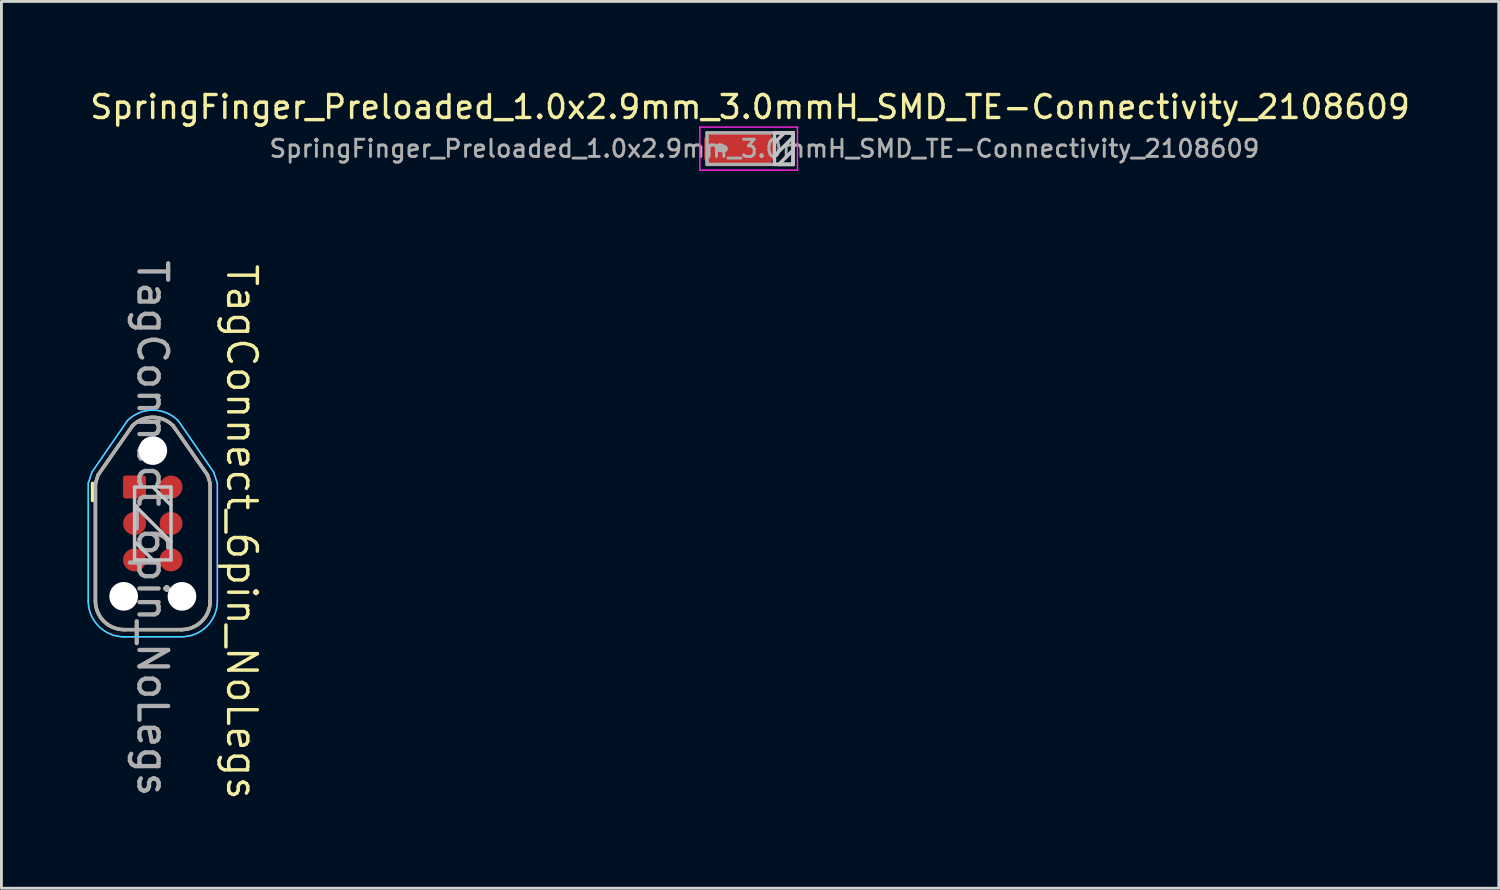
<source format=kicad_pcb>
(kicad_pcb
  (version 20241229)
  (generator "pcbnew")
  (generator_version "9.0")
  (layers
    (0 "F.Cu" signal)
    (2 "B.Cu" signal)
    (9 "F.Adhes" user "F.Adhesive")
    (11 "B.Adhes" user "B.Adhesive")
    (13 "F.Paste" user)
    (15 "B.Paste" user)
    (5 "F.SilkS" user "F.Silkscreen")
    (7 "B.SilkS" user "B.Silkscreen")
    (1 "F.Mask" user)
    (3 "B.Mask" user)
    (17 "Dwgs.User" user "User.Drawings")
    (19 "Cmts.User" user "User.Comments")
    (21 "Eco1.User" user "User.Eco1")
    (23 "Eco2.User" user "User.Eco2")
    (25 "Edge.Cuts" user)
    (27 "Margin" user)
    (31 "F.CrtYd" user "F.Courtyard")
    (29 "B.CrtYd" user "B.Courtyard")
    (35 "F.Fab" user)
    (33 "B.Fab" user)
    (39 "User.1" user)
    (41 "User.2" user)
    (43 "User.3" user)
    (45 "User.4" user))
  (footprint "TagConnect_6pin_NoLegs"
    (layer "F.Cu")
    (at 2.275 15.192)
    (property "Reference" "TagConnect_6pin_NoLegs" (at 3.1 0.3 270) (unlocked yes) (layer "F.SilkS") (effects (font (size 1 1) (thickness 0.12))))
    (attr exclude_from_pos_files exclude_from_bom)
    (fp_line (start -2.1 -1.4) (end -2.1 -0.8) (stroke (width 0.12) (type solid)) (layer "F.SilkS"))
    (fp_line (start -2 2.7) (end -2 -1.374) (stroke (width 0.12) (type solid)) (layer "F.SilkS"))
    (fp_line (start -0.707 -3.407) (end -1.9 -1.7) (stroke (width 0.12) (type solid)) (layer "F.SilkS"))
    (fp_line (start 0.707 -3.407) (end 1.9 -1.7) (stroke (width 0.12) (type solid)) (layer "F.SilkS"))
    (fp_line (start 1 3.7) (end -1 3.7) (stroke (width 0.12) (type solid)) (layer "F.SilkS"))
    (fp_line (start 2 2.7) (end 2 -1.374) (stroke (width 0.12) (type solid)) (layer "F.SilkS"))
    (fp_arc (start -1.992847 -1.39839) (mid -1.952256 -1.55099) (end -1.899999 -1.699999) (stroke (width 0.12) (type solid)) (layer "F.SilkS"))
    (fp_arc (start -1 3.7) (mid -1.707107 3.407107) (end -2 2.7) (stroke (width 0.12) (type solid)) (layer "F.SilkS"))
    (fp_arc (start -0.707107 -3.407107) (mid 0 -3.7) (end 0.707107 -3.407107) (stroke (width 0.12) (type solid)) (layer "F.SilkS"))
    (fp_arc (start 1.901579 -1.700622) (mid 1.957629 -1.539172) (end 1.999999 -1.373605) (stroke (width 0.12) (type solid)) (layer "F.SilkS"))
    (fp_arc (start 2 2.7) (mid 1.707107 3.407107) (end 1 3.7) (stroke (width 0.12) (type solid)) (layer "F.SilkS"))
    (fp_line (start -0.635 -1.27) (end 0.635 -1.27) (stroke (width 0.12) (type solid)) (layer "Dwgs.User"))
    (fp_line (start -0.635 -0.635) (end 0.635 0.635) (stroke (width 0.12) (type solid)) (layer "Dwgs.User"))
    (fp_line (start -0.635 0.635) (end 0 1.27) (stroke (width 0.12) (type solid)) (layer "Dwgs.User"))
    (fp_line (start -0.635 1.27) (end -0.635 -1.27) (stroke (width 0.12) (type solid)) (layer "Dwgs.User"))
    (fp_line (start 0 -1.27) (end 0.635 -0.635) (stroke (width 0.12) (type solid)) (layer "Dwgs.User"))
    (fp_line (start 0.635 -1.27) (end 0.635 1.27) (stroke (width 0.12) (type solid)) (layer "Dwgs.User"))
    (fp_line (start 0.635 1.27) (end -0.635 1.27) (stroke (width 0.12) (type solid)) (layer "Dwgs.User"))
    (fp_line (start -2.25 -1.4) (end -2.12 -1.79) (stroke (width 0.05) (type solid)) (layer "B.CrtYd"))
    (fp_line (start -2.25 2.7) (end -2.25 -1.4) (stroke (width 0.05) (type solid)) (layer "B.CrtYd"))
    (fp_line (start -1 3.95) (end 1 3.95) (stroke (width 0.05) (type solid)) (layer "B.CrtYd"))
    (fp_line (start -0.884 -3.584) (end -2.12 -1.79) (stroke (width 0.05) (type solid)) (layer "B.CrtYd"))
    (fp_line (start 0.884 -3.584) (end 2.12 -1.79) (stroke (width 0.05) (type solid)) (layer "B.CrtYd"))
    (fp_line (start 2.25 -1.4) (end 2.12 -1.79) (stroke (width 0.05) (type solid)) (layer "B.CrtYd"))
    (fp_line (start 2.25 2.7) (end 2.25 -1.4) (stroke (width 0.05) (type solid)) (layer "B.CrtYd"))
    (fp_arc (start -1 3.95) (mid -1.883883 3.583883) (end -2.25 2.7) (stroke (width 0.05) (type solid)) (layer "B.CrtYd"))
    (fp_arc (start -0.883883 -3.583883) (mid 0 -3.949999) (end 0.883883 -3.583883) (stroke (width 0.05) (type solid)) (layer "B.CrtYd"))
    (fp_arc (start 2.25 2.7) (mid 1.883883 3.583883) (end 1 3.95) (stroke (width 0.05) (type solid)) (layer "B.CrtYd"))
    (fp_line (start -2.25 -1.4) (end -2.12 -1.79) (stroke (width 0.05) (type solid)) (layer "F.CrtYd"))
    (fp_line (start -2.25 2.7) (end -2.25 -1.4) (stroke (width 0.05) (type solid)) (layer "F.CrtYd"))
    (fp_line (start -1 3.95) (end 1 3.95) (stroke (width 0.05) (type solid)) (layer "F.CrtYd"))
    (fp_line (start -0.884 -3.584) (end -2.12 -1.79) (stroke (width 0.05) (type solid)) (layer "F.CrtYd"))
    (fp_line (start 0.884 -3.584) (end 2.12 -1.79) (stroke (width 0.05) (type solid)) (layer "F.CrtYd"))
    (fp_line (start 2.25 -1.4) (end 2.12 -1.79) (stroke (width 0.05) (type solid)) (layer "F.CrtYd"))
    (fp_line (start 2.25 2.7) (end 2.25 -1.4) (stroke (width 0.05) (type solid)) (layer "F.CrtYd"))
    (fp_arc (start -1 3.95) (mid -1.883883 3.583883) (end -2.25 2.7) (stroke (width 0.05) (type solid)) (layer "F.CrtYd"))
    (fp_arc (start -0.883883 -3.583883) (mid 0 -3.949999) (end 0.883883 -3.583883) (stroke (width 0.05) (type solid)) (layer "F.CrtYd"))
    (fp_arc (start 2.25 2.7) (mid 1.883883 3.583883) (end 1 3.95) (stroke (width 0.05) (type solid)) (layer "F.CrtYd"))
    (fp_line (start -2 2.7) (end -2 -1.374) (stroke (width 0.12) (type solid)) (layer "F.Fab"))
    (fp_line (start -0.707 -3.407) (end -1.9 -1.7) (stroke (width 0.12) (type solid)) (layer "F.Fab"))
    (fp_line (start 0.707 -3.407) (end 1.9 -1.7) (stroke (width 0.12) (type solid)) (layer "F.Fab"))
    (fp_line (start 1 3.7) (end -1 3.7) (stroke (width 0.12) (type solid)) (layer "F.Fab"))
    (fp_line (start 2 2.7) (end 2 -1.374) (stroke (width 0.12) (type solid)) (layer "F.Fab"))
    (fp_arc (start -1.993155 -1.397019) (mid -1.952463 -1.550319) (end -1.899999 -1.699999) (stroke (width 0.12) (type solid)) (layer "F.Fab"))
    (fp_arc (start -1 3.7) (mid -1.707107 3.407107) (end -2 2.7) (stroke (width 0.12) (type solid)) (layer "F.Fab"))
    (fp_arc (start -0.707107 -3.407107) (mid 0 -3.7) (end 0.707107 -3.407107) (stroke (width 0.12) (type solid)) (layer "F.Fab"))
    (fp_arc (start 1.901347 -1.70121) (mid 1.957538 -1.539475) (end 1.999999 -1.373605) (stroke (width 0.12) (type solid)) (layer "F.Fab"))
    (fp_arc (start 2 2.7) (mid 1.707107 3.407107) (end 1 3.7) (stroke (width 0.12) (type solid)) (layer "F.Fab"))
    (fp_text user "${REFERENCE}" (at -0.01 0.17 270) (unlocked yes) (layer "F.Fab") (effects (font (size 1 1) (thickness 0.15))))
    (pad "" np_thru_hole circle (at -1.016 2.54 270) (size 1 1) (drill 1) (layers "*.Cu" "*.Mask"))
    (pad "" np_thru_hole circle (at 0 -2.54 270) (size 1 1) (drill 1) (layers "*.Cu" "*.Mask"))
    (pad "" np_thru_hole circle (at 1.016 2.54 270) (size 1 1) (drill 1) (layers "*.Cu" "*.Mask"))
    (pad "1" smd roundrect (at -0.635 -1.27 270) (size 0.8 0.8) (layers "F.Cu" "F.Mask") (roundrect_rratio 0.1))
    (pad "2" smd circle (at 0.635 -1.27 270) (size 0.8 0.8) (layers "F.Cu" "F.Mask"))
    (pad "3" smd circle (at -0.635 0 270) (size 0.8 0.8) (layers "F.Cu" "F.Mask"))
    (pad "4" smd circle (at 0.635 0 270) (size 0.8 0.8) (layers "F.Cu" "F.Mask"))
    (pad "5" smd circle (at -0.635 1.27 270) (size 0.8 0.8) (layers "F.Cu" "F.Mask"))
    (pad "6" smd circle (at 0.635 1.27 270) (size 0.8 0.8) (layers "F.Cu" "F.Mask")))
  (footprint "SpringFinger_Preloaded_1.0x2.9mm_3.0mmH_SMD_TE-Connectivity_2108609"
    (layer "F.Cu")
    (at 23.09 2.129)
    (property "Reference" "SpringFinger_Preloaded_1.0x2.9mm_3.0mmH_SMD_TE-Connectivity_2108609" (at 0 -1.45 0) (unlocked yes) (layer "F.SilkS") (effects (font (size 0.8 0.8) (thickness 0.12))))
    (attr smd)
    (fp_line (start 1 -0.55) (end 1.5 -0.55) (stroke (width 0.12) (type solid)) (layer "F.SilkS"))
    (fp_line (start 1 0.55) (end 1.5 0.55) (stroke (width 0.12) (type solid)) (layer "F.SilkS"))
    (fp_line (start 1.5 0.55) (end 1.5 -0.55) (stroke (width 0.12) (type solid)) (layer "F.SilkS"))
    (fp_line (start 0.85 -0.55) (end 0.85 0.55) (stroke (width 0.12) (type solid)) (layer "Dwgs.User"))
    (fp_line (start 0.85 -0.2) (end 1.2 -0.55) (stroke (width 0.12) (type solid)) (layer "Dwgs.User"))
    (fp_line (start 0.85 0.25) (end 1.5 -0.4) (stroke (width 0.12) (type solid)) (layer "Dwgs.User"))
    (fp_line (start 0.85 0.55) (end 1.5 0.55) (stroke (width 0.12) (type solid)) (layer "Dwgs.User"))
    (fp_line (start 1.5 -0.55) (end 0.85 -0.55) (stroke (width 0.12) (type solid)) (layer "Dwgs.User"))
    (fp_line (start 1.5 0.05) (end 1 0.55) (stroke (width 0.12) (type solid)) (layer "Dwgs.User"))
    (fp_line (start 1.5 0.55) (end 1.5 -0.55) (stroke (width 0.12) (type solid)) (layer "Dwgs.User"))
    (fp_line (start -1.75 -0.75) (end 1.65 -0.75) (stroke (width 0.05) (type solid)) (layer "F.CrtYd"))
    (fp_line (start -1.75 0.75) (end -1.75 -0.75) (stroke (width 0.05) (type solid)) (layer "F.CrtYd"))
    (fp_line (start 1.65 -0.75) (end 1.65 0.75) (stroke (width 0.05) (type solid)) (layer "F.CrtYd"))
    (fp_line (start 1.65 0.75) (end -1.75 0.75) (stroke (width 0.05) (type solid)) (layer "F.CrtYd"))
    (fp_line (start -1.5 -0.55) (end -1.5 0.55) (stroke (width 0.12) (type solid)) (layer "F.Fab"))
    (fp_line (start -1.5 0.55) (end 1.5 0.55) (stroke (width 0.12) (type solid)) (layer "F.Fab"))
    (fp_line (start -1.05 0) (end -0.9 0) (stroke (width 0.25) (type solid)) (layer "F.Fab"))
    (fp_line (start 1.5 -0.55) (end -1.5 -0.55) (stroke (width 0.12) (type solid)) (layer "F.Fab"))
    (fp_line (start 1.5 0.55) (end 1.5 -0.55) (stroke (width 0.12) (type solid)) (layer "F.Fab"))
    (fp_text user "${REFERENCE}" (at 0.5 0 0) (layer "F.Fab") (effects (font (size 0.6 0.6) (thickness 0.1))))
    (pad "1" smd roundrect (at -0.4 0) (size 2.4 1.2) (layers "F.Cu" "F.Mask" "F.Paste") (roundrect_rratio 0.25)))
  (gr_rect
    (start -3 -3)
    (end 49.181 27.905)
    (stroke (width 0.1) (type default))
    (fill no)
    (layer "Edge.Cuts")))
</source>
